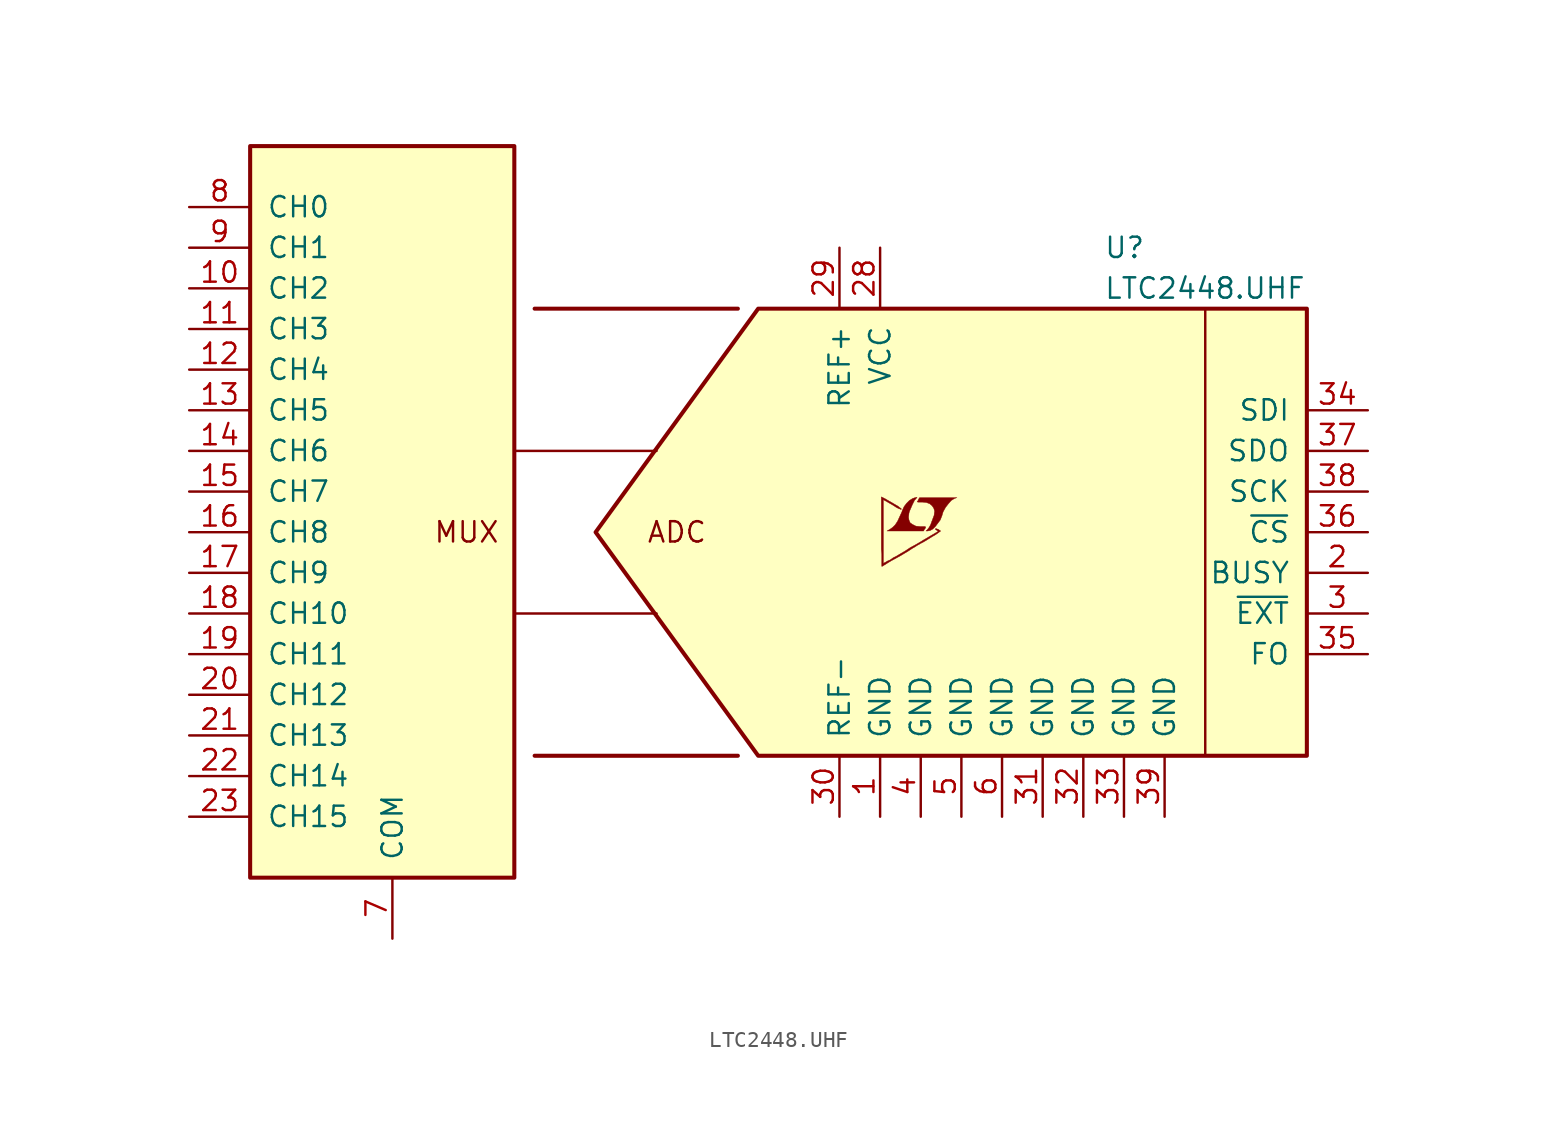
<source format=kicad_sym>
(kicad_symbol_lib
  (version 20201005)
  (generator kicad_symbol_editor)
  (symbol "LTC2448.UHF"
    (pin_names
      (offset 1.016))
    (property "Reference" "U"
      (at 21.59 17.78 0)
      (effects (font (size 1.27 1.27)) (justify left)))
    (property "Value" "LTC2448.UHF"
      (at 21.59 15.24 0)
      (effects (font (size 1.27 1.27)) (justify left)))
    (symbol "LTC2448.UHF_0_0"
      (text "ADC" (at -5.08 0 0) (effects (font (size 1.27 1.27))))
      (text "MUX" (at -20.32 0 0) (effects (font (size 1.27 1.27)) (justify left)))
      (polyline (pts (xy -6.35 -5.08) (xy -15.24 -5.08)) (stroke (width 0)) (fill (type none)))
      (polyline (pts (xy -6.35 5.08) (xy -15.24 5.08)) (stroke (width 0)) (fill (type none)))
      (polyline (pts (xy 10.744 0.102) (xy 10.922 0.203) (xy 11.074 0.356) (xy 11.379 0.762) (xy 11.481 1.016) (xy 11.557 1.27) (xy 11.709 1.549) (xy 11.887 1.778) (xy 12.065 1.981) (xy 12.268 2.108) (xy 12.421 2.159) (xy 10.084 2.159) (xy 10.008 2.032) (xy 10.008 2.007) (xy 9.957 1.93) (xy 9.931 1.905) (xy 9.982 1.88) (xy 10.262 1.88) (xy 10.516 1.854) (xy 10.719 1.778) (xy 10.871 1.651) (xy 10.973 1.499) (xy 11.024 1.321) (xy 10.998 1.092) (xy 10.998 1.067) (xy 10.77 0.457) (xy 10.668 0.279) (xy 10.566 0.152) (xy 10.49 0.076) (xy 10.592 0.076) (xy 10.744 0.102)) (stroke (width 0.025)) (fill (type outline)))
      (polyline (pts (xy 10.389 0.178) (xy 10.414 0.203) (xy 10.465 0.279) (xy 10.465 0.33) (xy 10.414 0.356) (xy 10.109 0.356) (xy 9.855 0.381) (xy 9.652 0.483) (xy 9.5 0.584) (xy 9.423 0.762) (xy 9.398 0.94) (xy 9.423 1.168) (xy 9.423 1.194) (xy 9.474 1.346) (xy 9.627 1.702) (xy 9.779 2.007) (xy 9.855 2.083) (xy 9.931 2.184) (xy 9.804 2.159) (xy 9.652 2.108) (xy 9.449 1.981) (xy 9.271 1.803) (xy 9.119 1.6) (xy 8.992 1.321) (xy 8.992 1.295) (xy 8.839 0.965) (xy 8.712 0.686) (xy 8.56 0.457) (xy 8.407 0.305) (xy 8.23 0.178) (xy 8.052 0.076) (xy 10.338 0.076) (xy 10.389 0.178)) (stroke (width 0.025)) (fill (type outline)))
      (polyline (pts (xy 7.798 -2.108) (xy 7.874 -2.057) (xy 8.001 -1.981) (xy 8.077 -1.93) (xy 8.331 -1.778) (xy 8.89 -1.473) (xy 9.398 -1.168) (xy 9.627 -1.016) (xy 9.804 -0.914) (xy 9.957 -0.813) (xy 10.058 -0.762) (xy 10.135 -0.711) (xy 10.287 -0.635) (xy 10.465 -0.533) (xy 10.871 -0.279) (xy 11.049 -0.178) (xy 11.201 -0.076) (xy 11.303 0) (xy 11.379 0.051) (xy 11.405 0.076) (xy 11.252 0.178) (xy 11.1 0.229) (xy 11.074 0.203) (xy 11.074 0.178) (xy 11.151 0.127) (xy 11.252 0.051) (xy 10.338 -0.483) (xy 10.135 -0.61) (xy 9.83 -0.787) (xy 9.5 -0.965) (xy 9.195 -1.168) (xy 8.89 -1.346) (xy 8.636 -1.499) (xy 8.433 -1.6) (xy 8.255 -1.727) (xy 8.077 -1.803) (xy 7.95 -1.88) (xy 7.849 -1.93) (xy 7.823 -1.956) (xy 7.823 2.032) (xy 8.357 1.727) (xy 8.484 1.651) (xy 8.636 1.549) (xy 8.788 1.473) (xy 8.865 1.448) (xy 8.915 1.422) (xy 8.941 1.422) (xy 8.941 1.473) (xy 8.865 1.524) (xy 8.738 1.626) (xy 8.56 1.727) (xy 8.433 1.803) (xy 8.077 2.007) (xy 7.95 2.083) (xy 7.696 2.21) (xy 7.696 -1.067) (xy 7.722 -1.372) (xy 7.722 -2.134) (xy 7.747 -2.134) (xy 7.798 -2.108)) (stroke (width 0.025)) (fill (type outline))))
    (symbol "LTC2448.UHF_0_1"
      (polyline (pts (xy 27.94 13.97) (xy 27.94 -13.97)) (stroke (width 0)) (fill (type none)))
      (polyline (pts (xy -10.16 0) (xy 0 13.97) (xy 34.29 13.97) (xy 34.29 -13.97) (xy 0 -13.97) (xy -10.16 0)) (stroke (width 0.254)) (fill (type background))))
    (symbol "LTC2448.UHF_1_1"
      (rectangle (start -31.75 24.13) (end -15.24 -21.59) (stroke (width 0.254)) (fill (type background)))
      (polyline (pts (xy -13.97 -13.97) (xy -1.27 -13.97)) (stroke (width 0.254)) (fill (type none)))
      (polyline (pts (xy -13.97 13.97) (xy -1.27 13.97)) (stroke (width 0.254)) (fill (type none)))
      (pin power_in line (at 7.62 -17.78 90) (length 3.81) (name "GND" (effects (font (size 1.27 1.27)))) (number "1" (effects (font (size 1.27 1.27)))))
      (pin input line (at -35.56 15.24 0) (length 3.81) (name "CH2" (effects (font (size 1.27 1.27)))) (number "10" (effects (font (size 1.27 1.27)))))
      (pin input line (at -35.56 12.7 0) (length 3.81) (name "CH3" (effects (font (size 1.27 1.27)))) (number "11" (effects (font (size 1.27 1.27)))))
      (pin input line (at -35.56 10.16 0) (length 3.81) (name "CH4" (effects (font (size 1.27 1.27)))) (number "12" (effects (font (size 1.27 1.27)))))
      (pin input line (at -35.56 7.62 0) (length 3.81) (name "CH5" (effects (font (size 1.27 1.27)))) (number "13" (effects (font (size 1.27 1.27)))))
      (pin input line (at -35.56 5.08 0) (length 3.81) (name "CH6" (effects (font (size 1.27 1.27)))) (number "14" (effects (font (size 1.27 1.27)))))
      (pin input line (at -35.56 2.54 0) (length 3.81) (name "CH7" (effects (font (size 1.27 1.27)))) (number "15" (effects (font (size 1.27 1.27)))))
      (pin input line (at -35.56 0 0) (length 3.81) (name "CH8" (effects (font (size 1.27 1.27)))) (number "16" (effects (font (size 1.27 1.27)))))
      (pin input line (at -35.56 -2.54 0) (length 3.81) (name "CH9" (effects (font (size 1.27 1.27)))) (number "17" (effects (font (size 1.27 1.27)))))
      (pin input line (at -35.56 -5.08 0) (length 3.81) (name "CH10" (effects (font (size 1.27 1.27)))) (number "18" (effects (font (size 1.27 1.27)))))
      (pin input line (at -35.56 -7.62 0) (length 3.81) (name "CH11" (effects (font (size 1.27 1.27)))) (number "19" (effects (font (size 1.27 1.27)))))
      (pin output line (at 38.1 -2.54 180) (length 3.81) (name "BUSY" (effects (font (size 1.27 1.27)))) (number "2" (effects (font (size 1.27 1.27)))))
      (pin input line (at -35.56 -10.16 0) (length 3.81) (name "CH12" (effects (font (size 1.27 1.27)))) (number "20" (effects (font (size 1.27 1.27)))))
      (pin input line (at -35.56 -12.7 0) (length 3.81) (name "CH13" (effects (font (size 1.27 1.27)))) (number "21" (effects (font (size 1.27 1.27)))))
      (pin input line (at -35.56 -15.24 0) (length 3.81) (name "CH14" (effects (font (size 1.27 1.27)))) (number "22" (effects (font (size 1.27 1.27)))))
      (pin input line (at -35.56 -17.78 0) (length 3.81) (name "CH15" (effects (font (size 1.27 1.27)))) (number "23" (effects (font (size 1.27 1.27)))))
      (pin unconnected line (at -17.78 -25.4 90) (length 3.81) hide (name "NC" (effects (font (size 1.27 1.27)))) (number "24" (effects (font (size 1.27 1.27)))))
      (pin unconnected line (at -12.7 -17.78 90) (length 3.81) hide (name "NC" (effects (font (size 1.27 1.27)))) (number "25" (effects (font (size 1.27 1.27)))))
      (pin unconnected line (at -10.16 -17.78 90) (length 3.81) hide (name "NC" (effects (font (size 1.27 1.27)))) (number "26" (effects (font (size 1.27 1.27)))))
      (pin unconnected line (at -20.32 -25.4 90) (length 3.81) hide (name "NC" (effects (font (size 1.27 1.27)))) (number "27" (effects (font (size 1.27 1.27)))))
      (pin power_in line (at 7.62 17.78 270) (length 3.81) (name "VCC" (effects (font (size 1.27 1.27)))) (number "28" (effects (font (size 1.27 1.27)))))
      (pin passive line (at 5.08 17.78 270) (length 3.81) (name "REF+" (effects (font (size 1.27 1.27)))) (number "29" (effects (font (size 1.27 1.27)))))
      (pin input line (at 38.1 -5.08 180) (length 3.81) (name "~EXT~" (effects (font (size 1.27 1.27)))) (number "3" (effects (font (size 1.27 1.27)))))
      (pin passive line (at 5.08 -17.78 90) (length 3.81) (name "REF-" (effects (font (size 1.27 1.27)))) (number "30" (effects (font (size 1.27 1.27)))))
      (pin power_in line (at 17.78 -17.78 90) (length 3.81) (name "GND" (effects (font (size 1.27 1.27)))) (number "31" (effects (font (size 1.27 1.27)))))
      (pin power_in line (at 20.32 -17.78 90) (length 3.81) (name "GND" (effects (font (size 1.27 1.27)))) (number "32" (effects (font (size 1.27 1.27)))))
      (pin power_in line (at 22.86 -17.78 90) (length 3.81) (name "GND" (effects (font (size 1.27 1.27)))) (number "33" (effects (font (size 1.27 1.27)))))
      (pin input line (at 38.1 7.62 180) (length 3.81) (name "SDI" (effects (font (size 1.27 1.27)))) (number "34" (effects (font (size 1.27 1.27)))))
      (pin input line (at 38.1 -7.62 180) (length 3.81) (name "FO" (effects (font (size 1.27 1.27)))) (number "35" (effects (font (size 1.27 1.27)))))
      (pin input line (at 38.1 0 180) (length 3.81) (name "~CS~" (effects (font (size 1.27 1.27)))) (number "36" (effects (font (size 1.27 1.27)))))
      (pin output line (at 38.1 5.08 180) (length 3.81) (name "SDO" (effects (font (size 1.27 1.27)))) (number "37" (effects (font (size 1.27 1.27)))))
      (pin input line (at 38.1 2.54 180) (length 3.81) (name "SCK" (effects (font (size 1.27 1.27)))) (number "38" (effects (font (size 1.27 1.27)))))
      (pin power_in line (at 25.4 -17.78 90) (length 3.81) (name "GND" (effects (font (size 1.27 1.27)))) (number "39" (effects (font (size 1.27 1.27)))))
      (pin power_in line (at 10.16 -17.78 90) (length 3.81) (name "GND" (effects (font (size 1.27 1.27)))) (number "4" (effects (font (size 1.27 1.27)))))
      (pin power_in line (at 12.7 -17.78 90) (length 3.81) (name "GND" (effects (font (size 1.27 1.27)))) (number "5" (effects (font (size 1.27 1.27)))))
      (pin power_in line (at 15.24 -17.78 90) (length 3.81) (name "GND" (effects (font (size 1.27 1.27)))) (number "6" (effects (font (size 1.27 1.27)))))
      (pin passive line (at -22.86 -25.4 90) (length 3.81) (name "COM" (effects (font (size 1.27 1.27)))) (number "7" (effects (font (size 1.27 1.27)))))
      (pin input line (at -35.56 20.32 0) (length 3.81) (name "CH0" (effects (font (size 1.27 1.27)))) (number "8" (effects (font (size 1.27 1.27)))))
      (pin input line (at -35.56 17.78 0) (length 3.81) (name "CH1" (effects (font (size 1.27 1.27)))) (number "9" (effects (font (size 1.27 1.27))))))))
</source>
